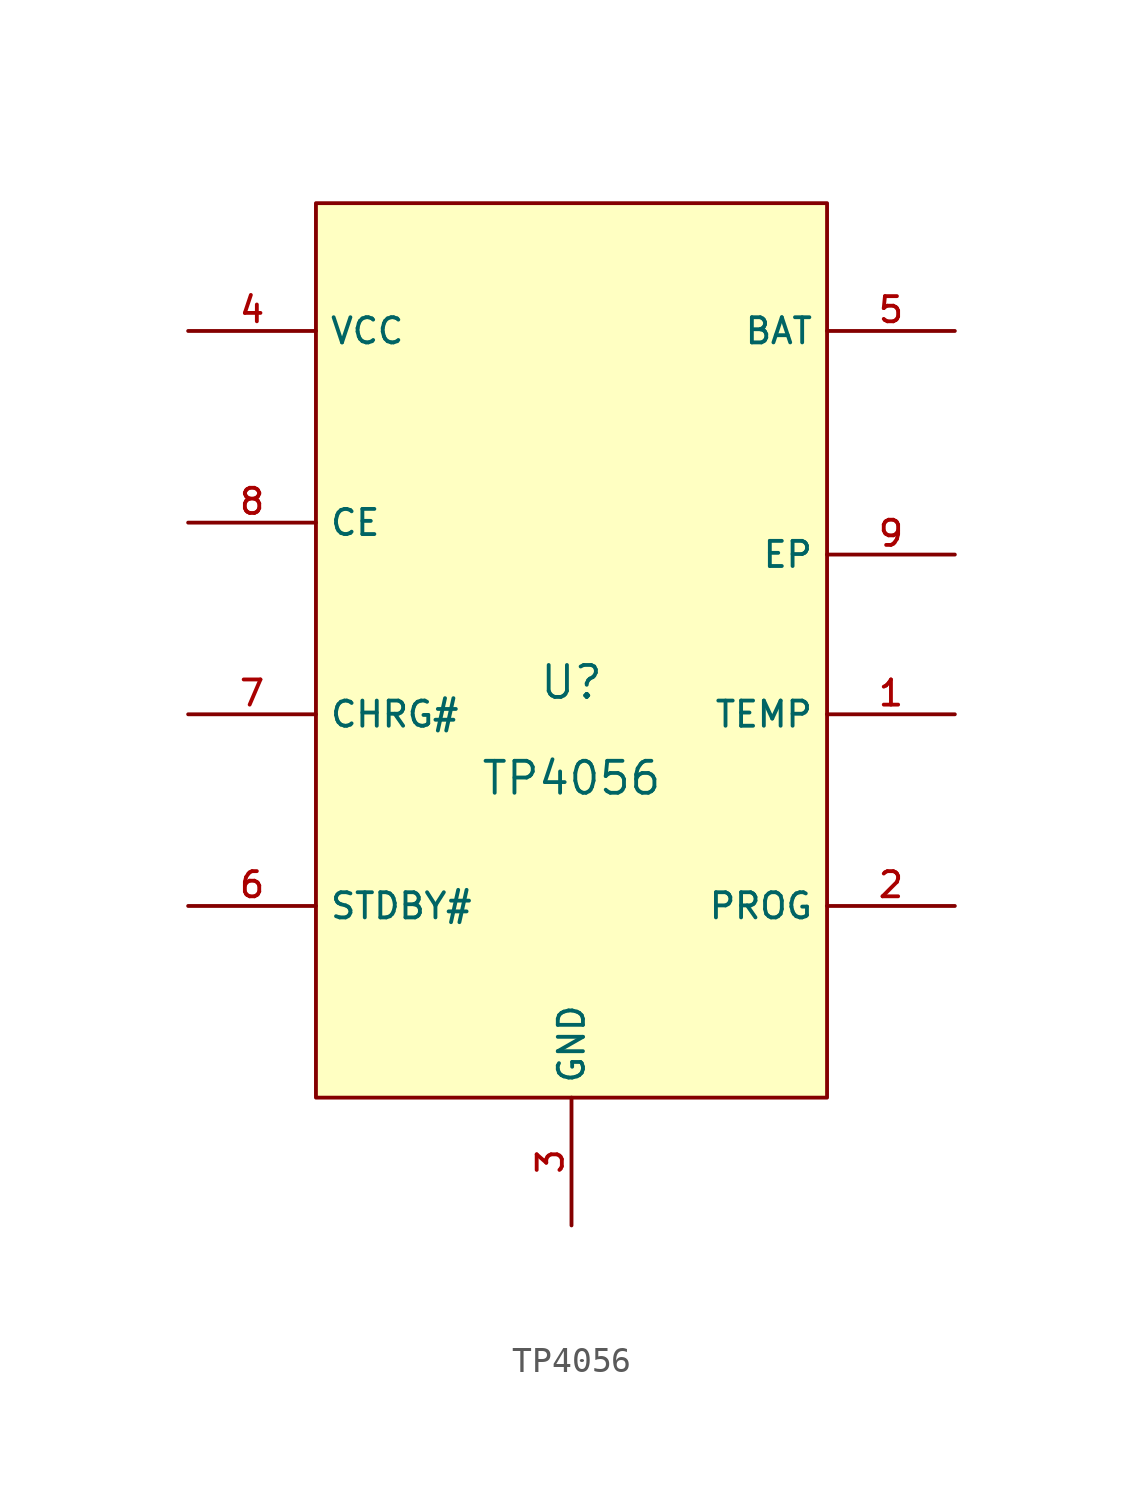
<source format=kicad_sym>
(kicad_symbol_lib
  (version 20210201)
  (generator TousstNicolas/JLC2KiCad_lib)
  (symbol "TP4056"
    (property "Reference" "U"
      (at 0 1.27 0)
      (effects (font (size 1.27 1.27))))
    (property "Value" "TP4056"
      (at 0 -2.54 0)
      (effects (font (size 1.27 1.27))))
    (symbol "TP4056_0_1"
      (rectangle (start -10.16 20.32) (end 10.16 -15.24) (stroke (width 0) (type default) (color 0 0 0 0)) (fill (type background)))
      (pin unspecified line (at 15.24 15.24 180) (length 5.08) (name "BAT" (effects (font (size 1 1)))) (number "5" (effects (font (size 1 1)))))
      (pin unspecified line (at 15.24 -0.0 180) (length 5.08) (name "TEMP" (effects (font (size 1 1)))) (number "1" (effects (font (size 1 1)))))
      (pin unspecified line (at 15.24 -7.62 180) (length 5.08) (name "PROG" (effects (font (size 1 1)))) (number "2" (effects (font (size 1 1)))))
      (pin unspecified line (at 0.0 -20.32 90) (length 5.08) (name "GND" (effects (font (size 1 1)))) (number "3" (effects (font (size 1 1)))))
      (pin unspecified line (at -15.24 15.24 0) (length 5.08) (name "VCC" (effects (font (size 1 1)))) (number "4" (effects (font (size 1 1)))))
      (pin unspecified line (at -15.24 7.62 0) (length 5.08) (name "CE" (effects (font (size 1 1)))) (number "8" (effects (font (size 1 1)))))
      (pin unspecified line (at -15.24 -0.0 0) (length 5.08) (name "CHRG#" (effects (font (size 1 1)))) (number "7" (effects (font (size 1 1)))))
      (pin unspecified line (at -15.24 -7.62 0) (length 5.08) (name "STDBY#" (effects (font (size 1 1)))) (number "6" (effects (font (size 1 1)))))
      (pin unspecified line (at 15.24 6.35 180) (length 5.08) (name "EP" (effects (font (size 1 1)))) (number "9" (effects (font (size 1 1))))))))
</source>
